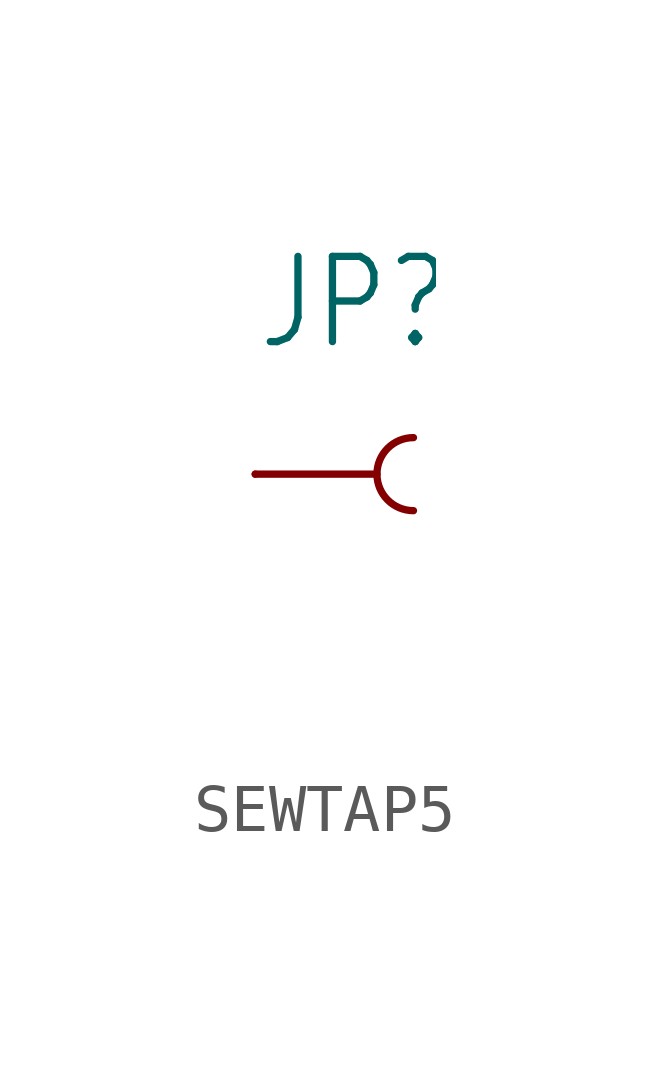
<source format=kicad_sym>
(kicad_symbol_lib
  (version 20220914)
  (generator kicad_symbol_editor)
  (symbol "SEWTAP5"
    (property "Reference" "JP"
      (at -2.54 2.54 0)
      (effects (font (size 1.778 1.511)) (justify left bottom)))
    (property "Value" ""
      (at -2.54 -5.08 0)
      (effects (font (size 1.778 1.511)) (justify left bottom)))
    (property "ki_locked" ""
      (at 0 0 0)
      (effects (font (size 1.27 1.27))))
    (symbol "SEWTAP5_1_0"
      (polyline (pts (xy 0 0) (xy -2.54 0)) (stroke (width 0.152) (type solid)) (fill (type none)))
      (arc (start 0.762 0.762) (mid 0 0) (end 0.762 -0.762) (stroke (width 0.1524) (type solid)) (fill (type none)))
      (pin bidirectional line (at -2.54 0 180) (length 0) (name "1" (effects (font (size 0 0)))) (number "1" (effects (font (size 0 0))))))))
</source>
